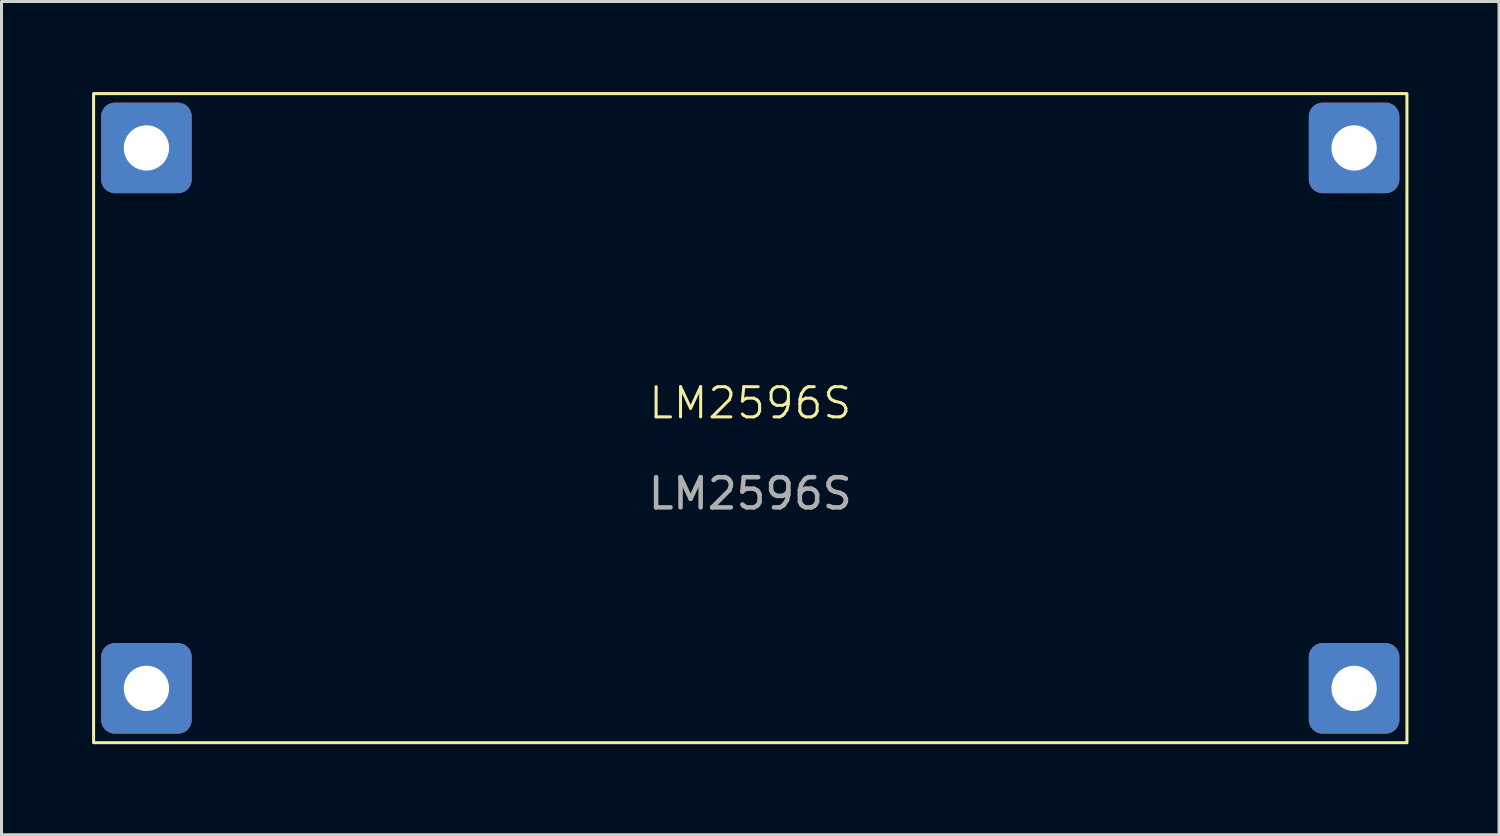
<source format=kicad_pcb>
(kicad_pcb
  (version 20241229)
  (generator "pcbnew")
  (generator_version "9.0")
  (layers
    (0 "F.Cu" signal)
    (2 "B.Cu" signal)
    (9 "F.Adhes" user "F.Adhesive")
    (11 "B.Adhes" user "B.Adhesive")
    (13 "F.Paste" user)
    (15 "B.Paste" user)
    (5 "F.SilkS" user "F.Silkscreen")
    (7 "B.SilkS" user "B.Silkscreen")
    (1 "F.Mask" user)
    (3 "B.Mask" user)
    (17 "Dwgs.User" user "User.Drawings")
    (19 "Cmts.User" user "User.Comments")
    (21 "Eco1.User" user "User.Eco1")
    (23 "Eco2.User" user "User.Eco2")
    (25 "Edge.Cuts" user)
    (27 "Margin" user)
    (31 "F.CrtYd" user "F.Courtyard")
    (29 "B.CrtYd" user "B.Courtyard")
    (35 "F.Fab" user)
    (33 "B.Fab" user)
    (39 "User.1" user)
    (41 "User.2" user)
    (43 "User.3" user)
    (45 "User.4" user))
  (footprint "LM2596S"
    (layer "F.Cu")
    (at 21.8 10.8)
    (property "Reference" "LM2596S" (at 0 -0.5 0) (unlocked yes) (layer "F.SilkS") (effects (font (size 1 1) (thickness 0.1))))
    (attr smd)
    (fp_rect (start -21.75 -10.75) (end 21.75 10.75) (stroke (width 0.1) (type solid)) (fill no) (layer "F.SilkS"))
    (fp_text user "${REFERENCE}" (at 0 2.5 0) (unlocked yes) (layer "F.Fab") (effects (font (size 1 1) (thickness 0.15))))
    (pad "1" thru_hole roundrect (at -20 -8.95) (size 3 3) (drill 1.5) (layers "*.Cu" "*.Mask") (roundrect_rratio 0.15))
    (pad "2" thru_hole roundrect (at -20 8.95) (size 3 3) (drill 1.5) (layers "*.Cu" "*.Mask") (roundrect_rratio 0.15))
    (pad "3" thru_hole roundrect (at 20 -8.95) (size 3 3) (drill 1.5) (layers "*.Cu" "*.Mask") (roundrect_rratio 0.15))
    (pad "4" thru_hole roundrect (at 20 8.95) (size 3 3) (drill 1.5) (layers "*.Cu" "*.Mask") (roundrect_rratio 0.15)))
  (gr_rect
    (start -3 -3)
    (end 46.6 24.6)
    (stroke (width 0.1) (type default))
    (fill no)
    (layer "Edge.Cuts")))
</source>
